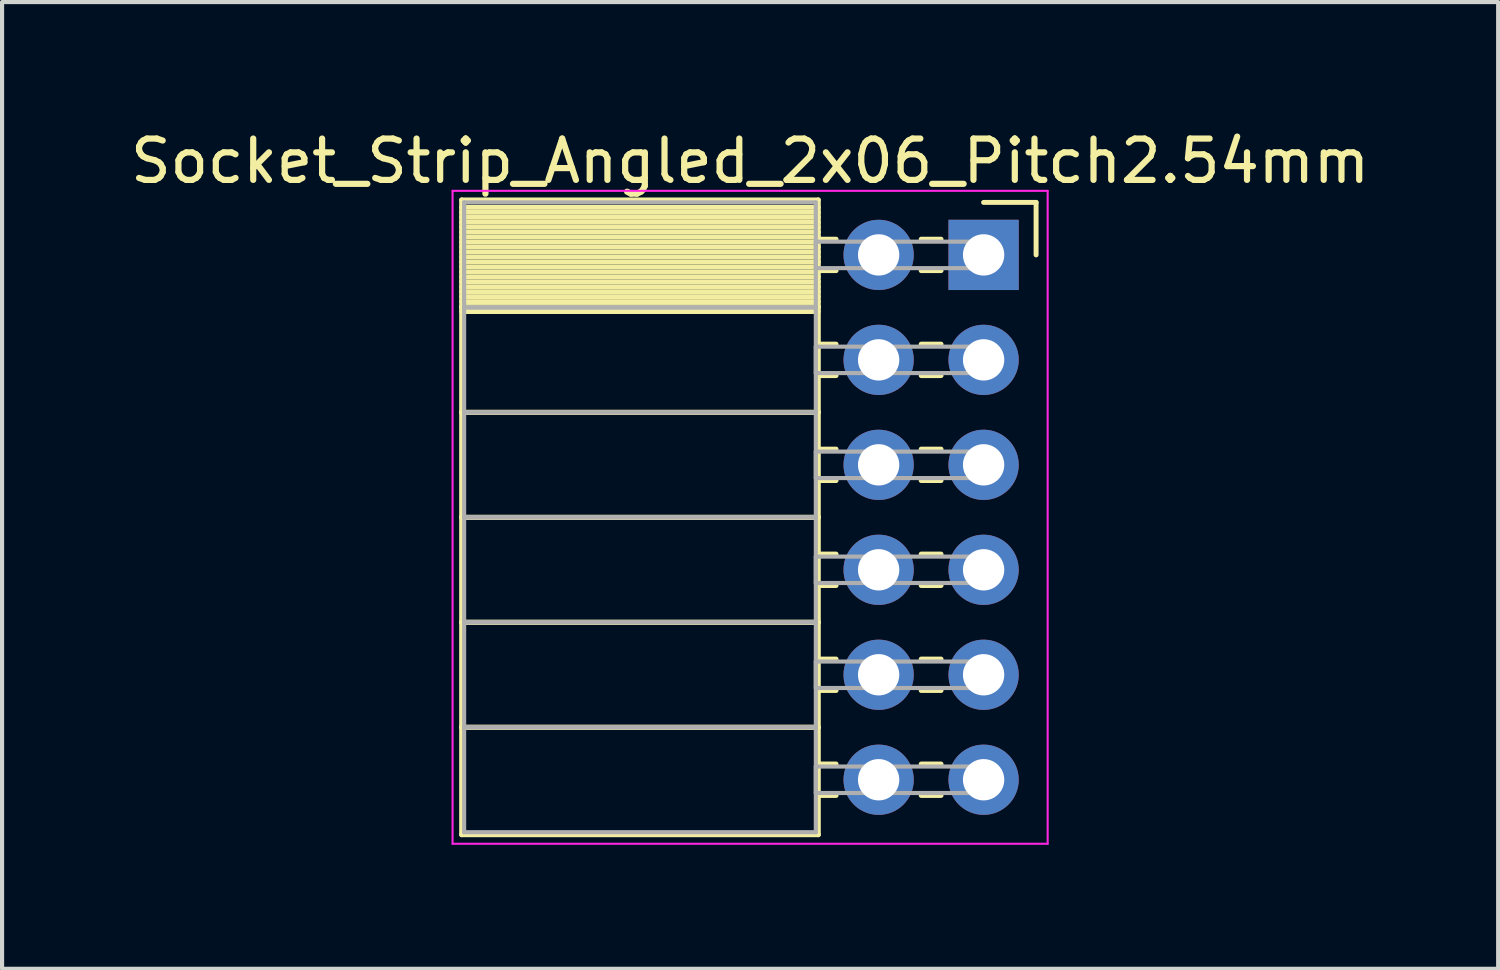
<source format=kicad_pcb>
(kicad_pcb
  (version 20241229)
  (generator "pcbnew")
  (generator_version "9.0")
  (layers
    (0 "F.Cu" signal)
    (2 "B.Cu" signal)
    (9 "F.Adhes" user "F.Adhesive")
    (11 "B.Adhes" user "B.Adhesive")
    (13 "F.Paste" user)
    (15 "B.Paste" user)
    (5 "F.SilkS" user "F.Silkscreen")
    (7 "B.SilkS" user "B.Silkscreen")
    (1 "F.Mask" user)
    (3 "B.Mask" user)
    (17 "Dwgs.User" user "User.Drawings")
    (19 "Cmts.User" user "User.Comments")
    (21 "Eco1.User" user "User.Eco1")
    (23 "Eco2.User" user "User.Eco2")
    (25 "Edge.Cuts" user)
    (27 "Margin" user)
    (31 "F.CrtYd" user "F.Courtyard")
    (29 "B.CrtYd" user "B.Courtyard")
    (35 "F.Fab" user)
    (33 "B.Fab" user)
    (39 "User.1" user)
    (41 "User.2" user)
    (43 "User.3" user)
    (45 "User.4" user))
  (footprint "Socket_Strip_Angled_2x06_Pitch2.54mm"
    (layer "F.Cu")
    (at 20.751 3.118)
    (property "Reference" "Socket_Strip_Angled_2x06_Pitch2.54mm" (at -5.65 -2.27 0) (layer "F.SilkS") (effects (font (size 1 1) (thickness 0.15))))
    (attr through_hole)
    (fp_line (start -12.63 -1.33) (end -4 -1.33) (stroke (width 0.12) (type solid)) (layer "F.SilkS"))
    (fp_line (start -12.63 1.27) (end -12.63 -1.33) (stroke (width 0.12) (type solid)) (layer "F.SilkS"))
    (fp_line (start -12.63 1.27) (end -4 1.27) (stroke (width 0.12) (type solid)) (layer "F.SilkS"))
    (fp_line (start -12.63 3.81) (end -12.63 1.27) (stroke (width 0.12) (type solid)) (layer "F.SilkS"))
    (fp_line (start -12.63 3.81) (end -4 3.81) (stroke (width 0.12) (type solid)) (layer "F.SilkS"))
    (fp_line (start -12.63 6.35) (end -12.63 3.81) (stroke (width 0.12) (type solid)) (layer "F.SilkS"))
    (fp_line (start -12.63 6.35) (end -4 6.35) (stroke (width 0.12) (type solid)) (layer "F.SilkS"))
    (fp_line (start -12.63 8.89) (end -12.63 6.35) (stroke (width 0.12) (type solid)) (layer "F.SilkS"))
    (fp_line (start -12.63 8.89) (end -4 8.89) (stroke (width 0.12) (type solid)) (layer "F.SilkS"))
    (fp_line (start -12.63 11.43) (end -12.63 8.89) (stroke (width 0.12) (type solid)) (layer "F.SilkS"))
    (fp_line (start -12.63 11.43) (end -4 11.43) (stroke (width 0.12) (type solid)) (layer "F.SilkS"))
    (fp_line (start -12.63 14.03) (end -12.63 11.43) (stroke (width 0.12) (type solid)) (layer "F.SilkS"))
    (fp_line (start -4 -1.33) (end -4 1.27) (stroke (width 0.12) (type solid)) (layer "F.SilkS"))
    (fp_line (start -4 -1.15) (end -12.63 -1.15) (stroke (width 0.12) (type solid)) (layer "F.SilkS"))
    (fp_line (start -4 -1.03) (end -12.63 -1.03) (stroke (width 0.12) (type solid)) (layer "F.SilkS"))
    (fp_line (start -4 -0.91) (end -12.63 -0.91) (stroke (width 0.12) (type solid)) (layer "F.SilkS"))
    (fp_line (start -4 -0.79) (end -12.63 -0.79) (stroke (width 0.12) (type solid)) (layer "F.SilkS"))
    (fp_line (start -4 -0.67) (end -12.63 -0.67) (stroke (width 0.12) (type solid)) (layer "F.SilkS"))
    (fp_line (start -4 -0.55) (end -12.63 -0.55) (stroke (width 0.12) (type solid)) (layer "F.SilkS"))
    (fp_line (start -4 -0.43) (end -12.63 -0.43) (stroke (width 0.12) (type solid)) (layer "F.SilkS"))
    (fp_line (start -4 -0.31) (end -12.63 -0.31) (stroke (width 0.12) (type solid)) (layer "F.SilkS"))
    (fp_line (start -4 -0.19) (end -12.63 -0.19) (stroke (width 0.12) (type solid)) (layer "F.SilkS"))
    (fp_line (start -4 -0.07) (end -12.63 -0.07) (stroke (width 0.12) (type solid)) (layer "F.SilkS"))
    (fp_line (start -4 0.05) (end -12.63 0.05) (stroke (width 0.12) (type solid)) (layer "F.SilkS"))
    (fp_line (start -4 0.17) (end -12.63 0.17) (stroke (width 0.12) (type solid)) (layer "F.SilkS"))
    (fp_line (start -4 0.29) (end -12.63 0.29) (stroke (width 0.12) (type solid)) (layer "F.SilkS"))
    (fp_line (start -4 0.41) (end -12.63 0.41) (stroke (width 0.12) (type solid)) (layer "F.SilkS"))
    (fp_line (start -4 0.53) (end -12.63 0.53) (stroke (width 0.12) (type solid)) (layer "F.SilkS"))
    (fp_line (start -4 0.65) (end -12.63 0.65) (stroke (width 0.12) (type solid)) (layer "F.SilkS"))
    (fp_line (start -4 0.77) (end -12.63 0.77) (stroke (width 0.12) (type solid)) (layer "F.SilkS"))
    (fp_line (start -4 0.89) (end -12.63 0.89) (stroke (width 0.12) (type solid)) (layer "F.SilkS"))
    (fp_line (start -4 1.01) (end -12.63 1.01) (stroke (width 0.12) (type solid)) (layer "F.SilkS"))
    (fp_line (start -4 1.13) (end -12.63 1.13) (stroke (width 0.12) (type solid)) (layer "F.SilkS"))
    (fp_line (start -4 1.25) (end -12.63 1.25) (stroke (width 0.12) (type solid)) (layer "F.SilkS"))
    (fp_line (start -4 1.27) (end -12.63 1.27) (stroke (width 0.12) (type solid)) (layer "F.SilkS"))
    (fp_line (start -4 1.27) (end -4 3.81) (stroke (width 0.12) (type solid)) (layer "F.SilkS"))
    (fp_line (start -4 1.37) (end -12.63 1.37) (stroke (width 0.12) (type solid)) (layer "F.SilkS"))
    (fp_line (start -4 3.81) (end -12.63 3.81) (stroke (width 0.12) (type solid)) (layer "F.SilkS"))
    (fp_line (start -4 3.81) (end -4 6.35) (stroke (width 0.12) (type solid)) (layer "F.SilkS"))
    (fp_line (start -4 6.35) (end -12.63 6.35) (stroke (width 0.12) (type solid)) (layer "F.SilkS"))
    (fp_line (start -4 6.35) (end -4 8.89) (stroke (width 0.12) (type solid)) (layer "F.SilkS"))
    (fp_line (start -4 8.89) (end -12.63 8.89) (stroke (width 0.12) (type solid)) (layer "F.SilkS"))
    (fp_line (start -4 8.89) (end -4 11.43) (stroke (width 0.12) (type solid)) (layer "F.SilkS"))
    (fp_line (start -4 11.43) (end -12.63 11.43) (stroke (width 0.12) (type solid)) (layer "F.SilkS"))
    (fp_line (start -4 11.43) (end -4 14.03) (stroke (width 0.12) (type solid)) (layer "F.SilkS"))
    (fp_line (start -4 14.03) (end -12.63 14.03) (stroke (width 0.12) (type solid)) (layer "F.SilkS"))
    (fp_line (start -3.57 -0.38) (end -4 -0.38) (stroke (width 0.12) (type solid)) (layer "F.SilkS"))
    (fp_line (start -3.57 0.38) (end -4 0.38) (stroke (width 0.12) (type solid)) (layer "F.SilkS"))
    (fp_line (start -3.57 2.16) (end -4 2.16) (stroke (width 0.12) (type solid)) (layer "F.SilkS"))
    (fp_line (start -3.57 2.92) (end -4 2.92) (stroke (width 0.12) (type solid)) (layer "F.SilkS"))
    (fp_line (start -3.57 4.7) (end -4 4.7) (stroke (width 0.12) (type solid)) (layer "F.SilkS"))
    (fp_line (start -3.57 5.46) (end -4 5.46) (stroke (width 0.12) (type solid)) (layer "F.SilkS"))
    (fp_line (start -3.57 7.24) (end -4 7.24) (stroke (width 0.12) (type solid)) (layer "F.SilkS"))
    (fp_line (start -3.57 8) (end -4 8) (stroke (width 0.12) (type solid)) (layer "F.SilkS"))
    (fp_line (start -3.57 9.78) (end -4 9.78) (stroke (width 0.12) (type solid)) (layer "F.SilkS"))
    (fp_line (start -3.57 10.54) (end -4 10.54) (stroke (width 0.12) (type solid)) (layer "F.SilkS"))
    (fp_line (start -3.57 12.32) (end -4 12.32) (stroke (width 0.12) (type solid)) (layer "F.SilkS"))
    (fp_line (start -3.57 13.08) (end -4 13.08) (stroke (width 0.12) (type solid)) (layer "F.SilkS"))
    (fp_line (start -1.03 -0.38) (end -1.51 -0.38) (stroke (width 0.12) (type solid)) (layer "F.SilkS"))
    (fp_line (start -1.03 0.38) (end -1.51 0.38) (stroke (width 0.12) (type solid)) (layer "F.SilkS"))
    (fp_line (start -1.03 2.16) (end -1.51 2.16) (stroke (width 0.12) (type solid)) (layer "F.SilkS"))
    (fp_line (start -1.03 2.92) (end -1.51 2.92) (stroke (width 0.12) (type solid)) (layer "F.SilkS"))
    (fp_line (start -1.03 4.7) (end -1.51 4.7) (stroke (width 0.12) (type solid)) (layer "F.SilkS"))
    (fp_line (start -1.03 5.46) (end -1.51 5.46) (stroke (width 0.12) (type solid)) (layer "F.SilkS"))
    (fp_line (start -1.03 7.24) (end -1.51 7.24) (stroke (width 0.12) (type solid)) (layer "F.SilkS"))
    (fp_line (start -1.03 8) (end -1.51 8) (stroke (width 0.12) (type solid)) (layer "F.SilkS"))
    (fp_line (start -1.03 9.78) (end -1.51 9.78) (stroke (width 0.12) (type solid)) (layer "F.SilkS"))
    (fp_line (start -1.03 10.54) (end -1.51 10.54) (stroke (width 0.12) (type solid)) (layer "F.SilkS"))
    (fp_line (start -1.03 12.32) (end -1.51 12.32) (stroke (width 0.12) (type solid)) (layer "F.SilkS"))
    (fp_line (start -1.03 13.08) (end -1.51 13.08) (stroke (width 0.12) (type solid)) (layer "F.SilkS"))
    (fp_line (start 0 -1.27) (end 1.27 -1.27) (stroke (width 0.12) (type solid)) (layer "F.SilkS"))
    (fp_line (start 1.27 -1.27) (end 1.27 0) (stroke (width 0.12) (type solid)) (layer "F.SilkS"))
    (fp_line (start -12.85 -1.55) (end 1.55 -1.55) (stroke (width 0.05) (type solid)) (layer "F.CrtYd"))
    (fp_line (start -12.85 14.25) (end -12.85 -1.55) (stroke (width 0.05) (type solid)) (layer "F.CrtYd"))
    (fp_line (start 1.55 -1.55) (end 1.55 14.25) (stroke (width 0.05) (type solid)) (layer "F.CrtYd"))
    (fp_line (start 1.55 14.25) (end -12.85 14.25) (stroke (width 0.05) (type solid)) (layer "F.CrtYd"))
    (fp_line (start -12.57 -1.27) (end -4.06 -1.27) (stroke (width 0.1) (type solid)) (layer "F.Fab"))
    (fp_line (start -12.57 1.27) (end -12.57 -1.27) (stroke (width 0.1) (type solid)) (layer "F.Fab"))
    (fp_line (start -12.57 1.27) (end -4.06 1.27) (stroke (width 0.1) (type solid)) (layer "F.Fab"))
    (fp_line (start -12.57 3.81) (end -12.57 1.27) (stroke (width 0.1) (type solid)) (layer "F.Fab"))
    (fp_line (start -12.57 3.81) (end -4.06 3.81) (stroke (width 0.1) (type solid)) (layer "F.Fab"))
    (fp_line (start -12.57 6.35) (end -12.57 3.81) (stroke (width 0.1) (type solid)) (layer "F.Fab"))
    (fp_line (start -12.57 6.35) (end -4.06 6.35) (stroke (width 0.1) (type solid)) (layer "F.Fab"))
    (fp_line (start -12.57 8.89) (end -12.57 6.35) (stroke (width 0.1) (type solid)) (layer "F.Fab"))
    (fp_line (start -12.57 8.89) (end -4.06 8.89) (stroke (width 0.1) (type solid)) (layer "F.Fab"))
    (fp_line (start -12.57 11.43) (end -12.57 8.89) (stroke (width 0.1) (type solid)) (layer "F.Fab"))
    (fp_line (start -12.57 11.43) (end -4.06 11.43) (stroke (width 0.1) (type solid)) (layer "F.Fab"))
    (fp_line (start -12.57 13.97) (end -12.57 11.43) (stroke (width 0.1) (type solid)) (layer "F.Fab"))
    (fp_line (start -4.06 -1.27) (end -4.06 1.27) (stroke (width 0.1) (type solid)) (layer "F.Fab"))
    (fp_line (start -4.06 -0.32) (end 0 -0.32) (stroke (width 0.1) (type solid)) (layer "F.Fab"))
    (fp_line (start -4.06 0.32) (end -4.06 -0.32) (stroke (width 0.1) (type solid)) (layer "F.Fab"))
    (fp_line (start -4.06 1.27) (end -12.57 1.27) (stroke (width 0.1) (type solid)) (layer "F.Fab"))
    (fp_line (start -4.06 1.27) (end -4.06 3.81) (stroke (width 0.1) (type solid)) (layer "F.Fab"))
    (fp_line (start -4.06 2.22) (end 0 2.22) (stroke (width 0.1) (type solid)) (layer "F.Fab"))
    (fp_line (start -4.06 2.86) (end -4.06 2.22) (stroke (width 0.1) (type solid)) (layer "F.Fab"))
    (fp_line (start -4.06 3.81) (end -12.57 3.81) (stroke (width 0.1) (type solid)) (layer "F.Fab"))
    (fp_line (start -4.06 3.81) (end -4.06 6.35) (stroke (width 0.1) (type solid)) (layer "F.Fab"))
    (fp_line (start -4.06 4.76) (end 0 4.76) (stroke (width 0.1) (type solid)) (layer "F.Fab"))
    (fp_line (start -4.06 5.4) (end -4.06 4.76) (stroke (width 0.1) (type solid)) (layer "F.Fab"))
    (fp_line (start -4.06 6.35) (end -12.57 6.35) (stroke (width 0.1) (type solid)) (layer "F.Fab"))
    (fp_line (start -4.06 6.35) (end -4.06 8.89) (stroke (width 0.1) (type solid)) (layer "F.Fab"))
    (fp_line (start -4.06 7.3) (end 0 7.3) (stroke (width 0.1) (type solid)) (layer "F.Fab"))
    (fp_line (start -4.06 7.94) (end -4.06 7.3) (stroke (width 0.1) (type solid)) (layer "F.Fab"))
    (fp_line (start -4.06 8.89) (end -12.57 8.89) (stroke (width 0.1) (type solid)) (layer "F.Fab"))
    (fp_line (start -4.06 8.89) (end -4.06 11.43) (stroke (width 0.1) (type solid)) (layer "F.Fab"))
    (fp_line (start -4.06 9.84) (end 0 9.84) (stroke (width 0.1) (type solid)) (layer "F.Fab"))
    (fp_line (start -4.06 10.48) (end -4.06 9.84) (stroke (width 0.1) (type solid)) (layer "F.Fab"))
    (fp_line (start -4.06 11.43) (end -12.57 11.43) (stroke (width 0.1) (type solid)) (layer "F.Fab"))
    (fp_line (start -4.06 11.43) (end -4.06 13.97) (stroke (width 0.1) (type solid)) (layer "F.Fab"))
    (fp_line (start -4.06 12.38) (end 0 12.38) (stroke (width 0.1) (type solid)) (layer "F.Fab"))
    (fp_line (start -4.06 13.02) (end -4.06 12.38) (stroke (width 0.1) (type solid)) (layer "F.Fab"))
    (fp_line (start -4.06 13.97) (end -12.57 13.97) (stroke (width 0.1) (type solid)) (layer "F.Fab"))
    (fp_line (start 0 -0.32) (end 0 0.32) (stroke (width 0.1) (type solid)) (layer "F.Fab"))
    (fp_line (start 0 0.32) (end -4.06 0.32) (stroke (width 0.1) (type solid)) (layer "F.Fab"))
    (fp_line (start 0 2.22) (end 0 2.86) (stroke (width 0.1) (type solid)) (layer "F.Fab"))
    (fp_line (start 0 2.86) (end -4.06 2.86) (stroke (width 0.1) (type solid)) (layer "F.Fab"))
    (fp_line (start 0 4.76) (end 0 5.4) (stroke (width 0.1) (type solid)) (layer "F.Fab"))
    (fp_line (start 0 5.4) (end -4.06 5.4) (stroke (width 0.1) (type solid)) (layer "F.Fab"))
    (fp_line (start 0 7.3) (end 0 7.94) (stroke (width 0.1) (type solid)) (layer "F.Fab"))
    (fp_line (start 0 7.94) (end -4.06 7.94) (stroke (width 0.1) (type solid)) (layer "F.Fab"))
    (fp_line (start 0 9.84) (end 0 10.48) (stroke (width 0.1) (type solid)) (layer "F.Fab"))
    (fp_line (start 0 10.48) (end -4.06 10.48) (stroke (width 0.1) (type solid)) (layer "F.Fab"))
    (fp_line (start 0 12.38) (end 0 13.02) (stroke (width 0.1) (type solid)) (layer "F.Fab"))
    (fp_line (start 0 13.02) (end -4.06 13.02) (stroke (width 0.1) (type solid)) (layer "F.Fab"))
    (pad "1" thru_hole rect (at 0 0) (size 1.7 1.7) (drill 1) (layers "*.Cu" "*.Mask"))
    (pad "2" thru_hole oval (at -2.54 0) (size 1.7 1.7) (drill 1) (layers "*.Cu" "*.Mask"))
    (pad "3" thru_hole oval (at 0 2.54) (size 1.7 1.7) (drill 1) (layers "*.Cu" "*.Mask"))
    (pad "4" thru_hole oval (at -2.54 2.54) (size 1.7 1.7) (drill 1) (layers "*.Cu" "*.Mask"))
    (pad "5" thru_hole oval (at 0 5.08) (size 1.7 1.7) (drill 1) (layers "*.Cu" "*.Mask"))
    (pad "6" thru_hole oval (at -2.54 5.08) (size 1.7 1.7) (drill 1) (layers "*.Cu" "*.Mask"))
    (pad "7" thru_hole oval (at 0 7.62) (size 1.7 1.7) (drill 1) (layers "*.Cu" "*.Mask"))
    (pad "8" thru_hole oval (at -2.54 7.62) (size 1.7 1.7) (drill 1) (layers "*.Cu" "*.Mask"))
    (pad "9" thru_hole oval (at 0 10.16) (size 1.7 1.7) (drill 1) (layers "*.Cu" "*.Mask"))
    (pad "10" thru_hole oval (at -2.54 10.16) (size 1.7 1.7) (drill 1) (layers "*.Cu" "*.Mask"))
    (pad "11" thru_hole oval (at 0 12.7) (size 1.7 1.7) (drill 1) (layers "*.Cu" "*.Mask"))
    (pad "12" thru_hole oval (at -2.54 12.7) (size 1.7 1.7) (drill 1) (layers "*.Cu" "*.Mask")))
  (gr_rect
    (start -3 -3)
    (end 33.202 20.393)
    (stroke (width 0.1) (type default))
    (fill no)
    (layer "Edge.Cuts")))
</source>
